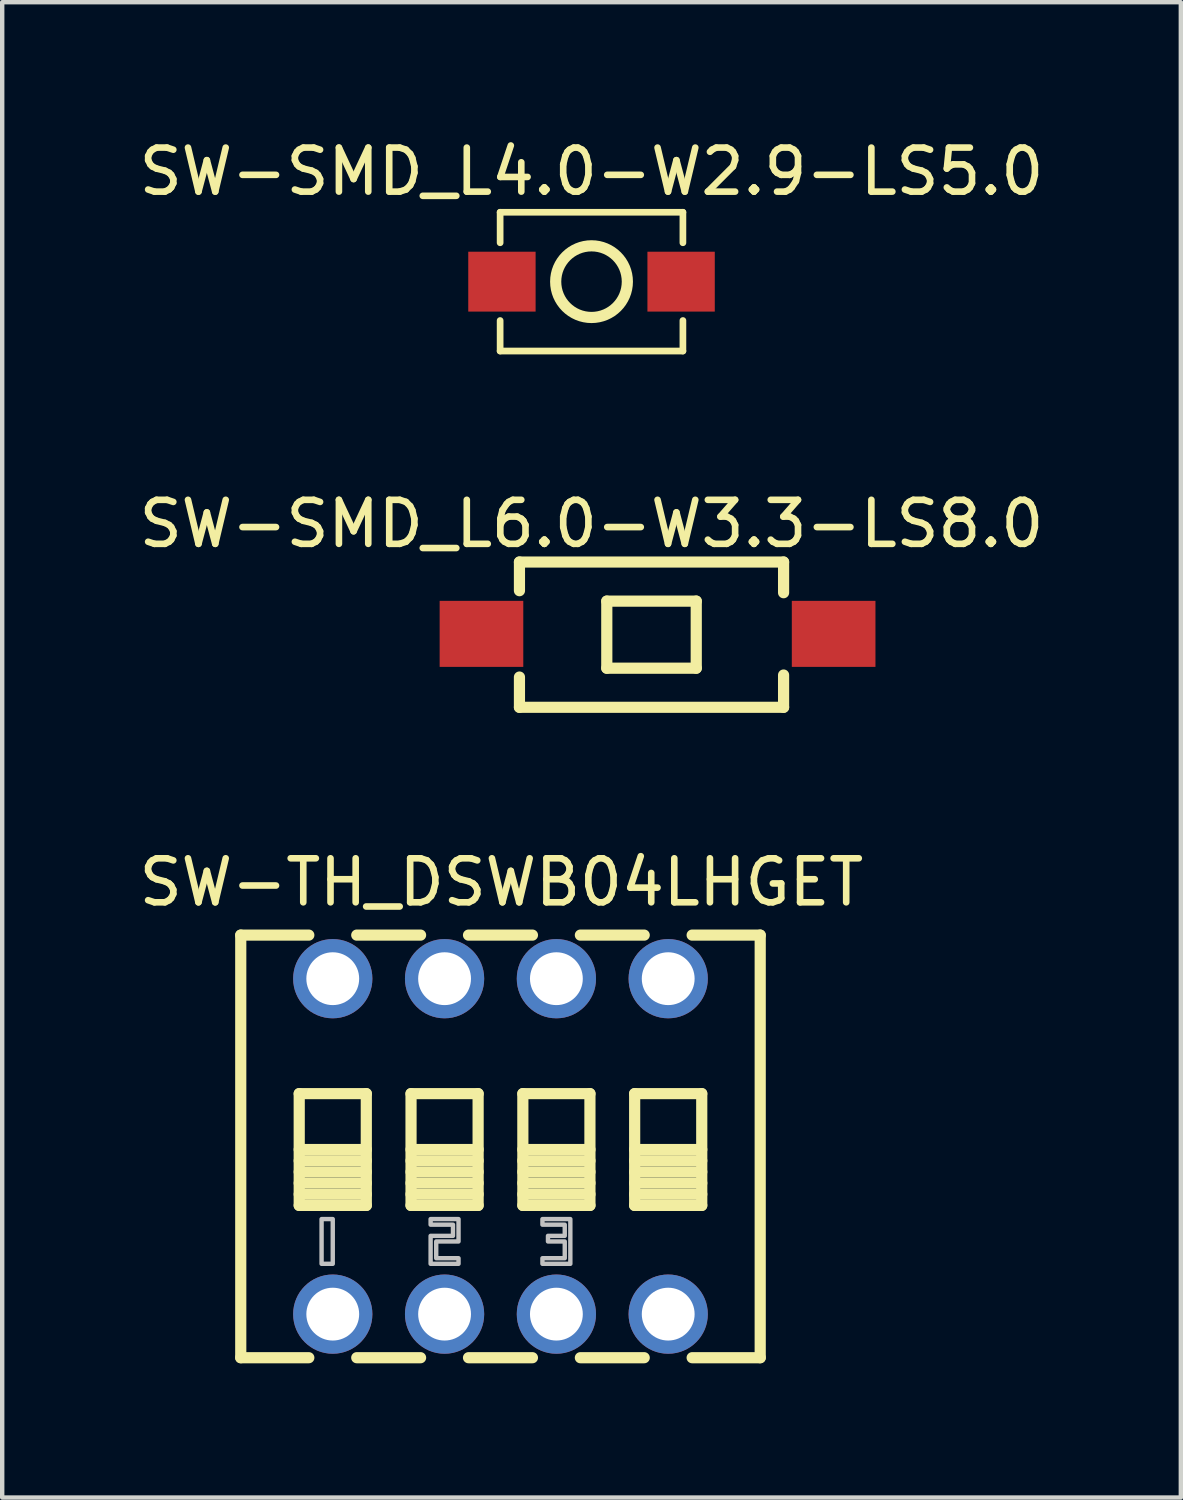
<source format=kicad_pcb>
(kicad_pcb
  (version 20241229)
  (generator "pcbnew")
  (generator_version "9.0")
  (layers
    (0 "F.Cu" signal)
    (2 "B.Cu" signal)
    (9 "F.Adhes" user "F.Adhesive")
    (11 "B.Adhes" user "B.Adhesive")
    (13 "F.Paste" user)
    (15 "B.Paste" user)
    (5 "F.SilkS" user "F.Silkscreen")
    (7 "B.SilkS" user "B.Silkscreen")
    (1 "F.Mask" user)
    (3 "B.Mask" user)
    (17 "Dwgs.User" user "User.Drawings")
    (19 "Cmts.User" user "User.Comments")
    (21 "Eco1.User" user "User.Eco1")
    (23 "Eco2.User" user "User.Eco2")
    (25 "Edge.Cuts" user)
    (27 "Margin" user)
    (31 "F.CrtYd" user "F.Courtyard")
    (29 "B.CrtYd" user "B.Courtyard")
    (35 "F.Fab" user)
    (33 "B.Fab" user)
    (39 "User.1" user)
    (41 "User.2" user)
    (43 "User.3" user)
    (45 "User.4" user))
  (footprint "SW-SMD_L4.0-W2.9-LS5.0"
    (layer "F.Cu")
    (at 10.387 3.348)
    (property "Reference" "SW-SMD_L4.0-W2.9-LS5.0" (at 0 -2.5 0) (layer "F.SilkS") (effects (font (size 1 1) (thickness 0.15))))
    (fp_line (start -2.076 -1.576) (end -2.076 -0.883) (stroke (width 0.152) (type default)) (layer "F.SilkS"))
    (fp_line (start -2.076 1.576) (end -2.076 0.883) (stroke (width 0.152) (type default)) (layer "F.SilkS"))
    (fp_line (start 2.076 -1.576) (end -2.076 -1.576) (stroke (width 0.152) (type default)) (layer "F.SilkS"))
    (fp_line (start 2.076 -1.576) (end 2.076 -0.883) (stroke (width 0.152) (type default)) (layer "F.SilkS"))
    (fp_line (start 2.076 1.576) (end -2.076 1.576) (stroke (width 0.152) (type default)) (layer "F.SilkS"))
    (fp_line (start 2.076 1.576) (end 2.076 0.883) (stroke (width 0.152) (type default)) (layer "F.SilkS"))
    (fp_circle (center 0 0) (end 0.814 0) (stroke (width 0.254) (type default)) (fill no) (layer "F.SilkS"))
    (fp_poly (pts (xy -2.5 -0.65) (xy -2.5 0.65) (xy -1.3 0.65) (xy -1.3 -0.65)) (stroke (width 0.1) (type default)) (fill no) (layer "User.1"))
    (fp_poly (pts (xy 2.5 -0.65) (xy 2.5 0.65) (xy 1.3 0.65) (xy 1.3 -0.65)) (stroke (width 0.1) (type default)) (fill no) (layer "User.1"))
    (fp_line (start -2 -1.45) (end 2 -1.45) (stroke (width 0.051) (type default)) (layer "User.2"))
    (fp_line (start -2 1.45) (end -2 -1.45) (stroke (width 0.051) (type default)) (layer "User.2"))
    (fp_line (start 2 -1.45) (end 2 1.45) (stroke (width 0.051) (type default)) (layer "User.2"))
    (fp_line (start 2 1.45) (end -2 1.45) (stroke (width 0.051) (type default)) (layer "User.2"))
    (fp_poly (pts (xy -2.44 1.45) (xy -2.458 1.408) (xy -2.5 1.39) (xy -2.542 1.408) (xy -2.56 1.45) (xy -2.542 1.492) (xy -2.5 1.51) (xy -2.458 1.492)) (stroke (width 0.1) (type default)) (fill no) (layer "User.3"))
    (pad "1" smd rect (at -2.035 0) (size 1.53 1.36) (layers "F.Cu" "F.Mask" "F.Paste"))
    (pad "2" smd rect (at 2.035 0) (size 1.53 1.36) (layers "F.Cu" "F.Mask" "F.Paste")))
  (footprint "SW-TH_DSWB04LHGET"
    (layer "F.Cu")
    (at 8.319 22.992)
    (property "Reference" "SW-TH_DSWB04LHGET" (at 0.02 -6 0) (layer "F.SilkS") (effects (font (size 1 1) (thickness 0.15))))
    (fp_line (start -5.9 -4.8) (end -4.354 -4.8) (stroke (width 0.254) (type default)) (layer "F.SilkS"))
    (fp_line (start -5.9 4.8) (end -5.9 -4.8) (stroke (width 0.254) (type default)) (layer "F.SilkS"))
    (fp_line (start -5.9 4.8) (end -4.354 4.8) (stroke (width 0.254) (type default)) (layer "F.SilkS"))
    (fp_line (start -4.572 -1.199) (end -3.048 -1.199) (stroke (width 0.254) (type default)) (layer "F.SilkS"))
    (fp_line (start -4.572 0.071) (end -3.048 0.071) (stroke (width 0.254) (type default)) (layer "F.SilkS"))
    (fp_line (start -4.572 0.325) (end -3.048 0.325) (stroke (width 0.254) (type default)) (layer "F.SilkS"))
    (fp_line (start -4.572 0.579) (end -3.048 0.579) (stroke (width 0.254) (type default)) (layer "F.SilkS"))
    (fp_line (start -4.572 0.833) (end -3.048 0.833) (stroke (width 0.254) (type default)) (layer "F.SilkS"))
    (fp_line (start -4.572 1.087) (end -3.048 1.087) (stroke (width 0.254) (type default)) (layer "F.SilkS"))
    (fp_line (start -4.572 1.341) (end -4.572 -1.199) (stroke (width 0.254) (type default)) (layer "F.SilkS"))
    (fp_line (start -3.265 -4.8) (end -1.815 -4.8) (stroke (width 0.254) (type default)) (layer "F.SilkS"))
    (fp_line (start -3.265 4.8) (end -1.815 4.8) (stroke (width 0.254) (type default)) (layer "F.SilkS"))
    (fp_line (start -3.048 -1.199) (end -3.048 1.341) (stroke (width 0.254) (type default)) (layer "F.SilkS"))
    (fp_line (start -3.048 1.341) (end -4.572 1.341) (stroke (width 0.254) (type default)) (layer "F.SilkS"))
    (fp_line (start -2.032 -1.199) (end -0.508 -1.199) (stroke (width 0.254) (type default)) (layer "F.SilkS"))
    (fp_line (start -2.032 0.071) (end -0.508 0.071) (stroke (width 0.254) (type default)) (layer "F.SilkS"))
    (fp_line (start -2.032 0.325) (end -0.508 0.325) (stroke (width 0.254) (type default)) (layer "F.SilkS"))
    (fp_line (start -2.032 0.579) (end -0.508 0.579) (stroke (width 0.254) (type default)) (layer "F.SilkS"))
    (fp_line (start -2.032 0.833) (end -0.508 0.833) (stroke (width 0.254) (type default)) (layer "F.SilkS"))
    (fp_line (start -2.032 1.087) (end -0.508 1.087) (stroke (width 0.254) (type default)) (layer "F.SilkS"))
    (fp_line (start -2.032 1.341) (end -2.032 -1.199) (stroke (width 0.254) (type default)) (layer "F.SilkS"))
    (fp_line (start -0.726 -4.8) (end 0.726 -4.8) (stroke (width 0.254) (type default)) (layer "F.SilkS"))
    (fp_line (start -0.726 4.8) (end 0.726 4.8) (stroke (width 0.254) (type default)) (layer "F.SilkS"))
    (fp_line (start -0.508 -1.199) (end -0.508 1.341) (stroke (width 0.254) (type default)) (layer "F.SilkS"))
    (fp_line (start -0.508 1.341) (end -2.032 1.341) (stroke (width 0.254) (type default)) (layer "F.SilkS"))
    (fp_line (start 0.508 -1.199) (end 2.032 -1.199) (stroke (width 0.254) (type default)) (layer "F.SilkS"))
    (fp_line (start 0.508 0.071) (end 2.032 0.071) (stroke (width 0.254) (type default)) (layer "F.SilkS"))
    (fp_line (start 0.508 0.325) (end 2.032 0.325) (stroke (width 0.254) (type default)) (layer "F.SilkS"))
    (fp_line (start 0.508 0.579) (end 2.032 0.579) (stroke (width 0.254) (type default)) (layer "F.SilkS"))
    (fp_line (start 0.508 0.833) (end 2.032 0.833) (stroke (width 0.254) (type default)) (layer "F.SilkS"))
    (fp_line (start 0.508 1.087) (end 2.032 1.087) (stroke (width 0.254) (type default)) (layer "F.SilkS"))
    (fp_line (start 0.508 1.341) (end 0.508 -1.199) (stroke (width 0.254) (type default)) (layer "F.SilkS"))
    (fp_line (start 1.815 -4.8) (end 3.265 -4.8) (stroke (width 0.254) (type default)) (layer "F.SilkS"))
    (fp_line (start 1.815 4.8) (end 3.265 4.8) (stroke (width 0.254) (type default)) (layer "F.SilkS"))
    (fp_line (start 2.032 -1.199) (end 2.032 1.341) (stroke (width 0.254) (type default)) (layer "F.SilkS"))
    (fp_line (start 2.032 1.341) (end 0.508 1.341) (stroke (width 0.254) (type default)) (layer "F.SilkS"))
    (fp_line (start 3.048 -1.199) (end 4.572 -1.199) (stroke (width 0.254) (type default)) (layer "F.SilkS"))
    (fp_line (start 3.048 0.071) (end 4.572 0.071) (stroke (width 0.254) (type default)) (layer "F.SilkS"))
    (fp_line (start 3.048 0.325) (end 4.572 0.325) (stroke (width 0.254) (type default)) (layer "F.SilkS"))
    (fp_line (start 3.048 0.579) (end 4.572 0.579) (stroke (width 0.254) (type default)) (layer "F.SilkS"))
    (fp_line (start 3.048 0.833) (end 4.572 0.833) (stroke (width 0.254) (type default)) (layer "F.SilkS"))
    (fp_line (start 3.048 1.087) (end 4.572 1.087) (stroke (width 0.254) (type default)) (layer "F.SilkS"))
    (fp_line (start 3.048 1.341) (end 3.048 -1.199) (stroke (width 0.254) (type default)) (layer "F.SilkS"))
    (fp_line (start 4.354 -4.8) (end 5.9 -4.8) (stroke (width 0.254) (type default)) (layer "F.SilkS"))
    (fp_line (start 4.354 4.8) (end 5.9 4.8) (stroke (width 0.254) (type default)) (layer "F.SilkS"))
    (fp_line (start 4.572 -1.199) (end 4.572 1.341) (stroke (width 0.254) (type default)) (layer "F.SilkS"))
    (fp_line (start 4.572 1.341) (end 3.048 1.341) (stroke (width 0.254) (type default)) (layer "F.SilkS"))
    (fp_line (start 5.9 -4.8) (end 5.9 4.8) (stroke (width 0.254) (type default)) (layer "F.SilkS"))
    (fp_poly (pts (xy -4.064 1.651) (xy -4.064 2.667) (xy -3.81 2.667) (xy -3.81 1.651)) (stroke (width 0.1) (type default)) (fill no) (layer "Dwgs.User"))
    (fp_poly (pts (xy -1.46 1.651) (xy -0.953 1.651) (xy -0.953 2.159) (xy -1.46 2.159) (xy -1.46 2.54) (xy -0.953 2.54) (xy -0.953 2.667) (xy -1.587 2.667) (xy -1.587 2.032) (xy -1.079 2.032) (xy -1.079 1.778) (xy -1.587 1.778) (xy -1.587 1.651)) (stroke (width 0.1) (type default)) (fill no) (layer "Dwgs.User"))
    (fp_poly (pts (xy 1.079 1.651) (xy 1.587 1.651) (xy 1.587 2.667) (xy 1.079 2.667) (xy 0.953 2.667) (xy 0.953 2.54) (xy 1.46 2.54) (xy 1.46 2.159) (xy 1.079 2.159) (xy 1.079 2.032) (xy 1.46 2.032) (xy 1.46 1.778) (xy 0.953 1.778) (xy 0.953 1.651)) (stroke (width 0.1) (type default)) (fill no) (layer "Dwgs.User"))
    (fp_poly (pts (xy -4.11 -3.66) (xy -4.11 -3.96) (xy -3.51 -3.96) (xy -3.51 -3.66)) (stroke (width 0.1) (type default)) (fill no) (layer "User.1"))
    (fp_poly (pts (xy -4.11 3.96) (xy -4.11 3.66) (xy -3.51 3.66) (xy -3.51 3.96)) (stroke (width 0.1) (type default)) (fill no) (layer "User.1"))
    (fp_poly (pts (xy -1.57 -3.66) (xy -1.57 -3.96) (xy -0.97 -3.96) (xy -0.97 -3.66)) (stroke (width 0.1) (type default)) (fill no) (layer "User.1"))
    (fp_poly (pts (xy -1.57 3.96) (xy -1.57 3.66) (xy -0.97 3.66) (xy -0.97 3.96)) (stroke (width 0.1) (type default)) (fill no) (layer "User.1"))
    (fp_poly (pts (xy 0.97 -3.66) (xy 0.97 -3.96) (xy 1.57 -3.96) (xy 1.57 -3.66)) (stroke (width 0.1) (type default)) (fill no) (layer "User.1"))
    (fp_poly (pts (xy 0.97 3.96) (xy 0.97 3.66) (xy 1.57 3.66) (xy 1.57 3.96)) (stroke (width 0.1) (type default)) (fill no) (layer "User.1"))
    (fp_poly (pts (xy 3.51 -3.66) (xy 3.51 -3.96) (xy 4.11 -3.96) (xy 4.11 -3.66)) (stroke (width 0.1) (type default)) (fill no) (layer "User.1"))
    (fp_poly (pts (xy 3.51 3.96) (xy 3.51 3.66) (xy 4.11 3.66) (xy 4.11 3.96)) (stroke (width 0.1) (type default)) (fill no) (layer "User.1"))
    (fp_line (start -5.79 -4.95) (end 5.79 -4.95) (stroke (width 0.051) (type default)) (layer "User.2"))
    (fp_line (start -5.79 4.95) (end -5.79 -4.95) (stroke (width 0.051) (type default)) (layer "User.2"))
    (fp_line (start 5.79 -4.95) (end 5.79 4.95) (stroke (width 0.051) (type default)) (layer "User.2"))
    (fp_line (start 5.79 4.95) (end -5.79 4.95) (stroke (width 0.051) (type default)) (layer "User.2"))
    (fp_poly (pts (xy -5.73 -4.95) (xy -5.748 -4.992) (xy -5.79 -5.01) (xy -5.832 -4.992) (xy -5.85 -4.95) (xy -5.832 -4.908) (xy -5.79 -4.89) (xy -5.748 -4.908)) (stroke (width 0.1) (type default)) (fill no) (layer "User.3"))
    (pad "1" thru_hole circle (at -3.81 -3.81) (size 1.8 1.8) (drill 1.2) (layers "*.Cu" "*.Mask"))
    (pad "2" thru_hole circle (at -1.27 -3.81) (size 1.8 1.8) (drill 1.2) (layers "*.Cu" "*.Mask"))
    (pad "3" thru_hole circle (at 1.27 -3.81) (size 1.8 1.8) (drill 1.2) (layers "*.Cu" "*.Mask"))
    (pad "4" thru_hole circle (at 3.81 -3.81) (size 1.8 1.8) (drill 1.2) (layers "*.Cu" "*.Mask"))
    (pad "5" thru_hole circle (at -3.81 3.81) (size 1.8 1.8) (drill 1.2) (layers "*.Cu" "*.Mask"))
    (pad "6" thru_hole circle (at -1.27 3.81) (size 1.8 1.8) (drill 1.2) (layers "*.Cu" "*.Mask"))
    (pad "7" thru_hole circle (at 1.27 3.81) (size 1.8 1.8) (drill 1.2) (layers "*.Cu" "*.Mask"))
    (pad "8" thru_hole circle (at 3.81 3.81) (size 1.8 1.8) (drill 1.2) (layers "*.Cu" "*.Mask")))
  (footprint "SW-SMD_L6.0-W3.3-LS8.0"
    (layer "F.Cu")
    (at 11.887 11.349)
    (property "Reference" "SW-SMD_L6.0-W3.3-LS8.0" (at -1.5 -2.5 0) (layer "F.SilkS") (effects (font (size 1 1) (thickness 0.15))))
    (fp_line (start -3.137 -1.632) (end -3.137 -0.981) (stroke (width 0.254) (type default)) (layer "F.SilkS"))
    (fp_line (start -3.137 -1.632) (end 2.863 -1.632) (stroke (width 0.254) (type default)) (layer "F.SilkS"))
    (fp_line (start -3.137 0.981) (end -3.137 1.668) (stroke (width 0.254) (type default)) (layer "F.SilkS"))
    (fp_line (start -1.153 -0.744) (end 0.879 -0.744) (stroke (width 0.254) (type default)) (layer "F.SilkS"))
    (fp_line (start -1.153 0.78) (end -1.153 -0.744) (stroke (width 0.254) (type default)) (layer "F.SilkS"))
    (fp_line (start 0.879 -0.744) (end 0.879 0.78) (stroke (width 0.254) (type default)) (layer "F.SilkS"))
    (fp_line (start 0.879 0.78) (end -1.153 0.78) (stroke (width 0.254) (type default)) (layer "F.SilkS"))
    (fp_line (start 2.863 -0.935) (end 2.863 -1.632) (stroke (width 0.254) (type default)) (layer "F.SilkS"))
    (fp_line (start 2.863 1.668) (end -3.137 1.668) (stroke (width 0.254) (type default)) (layer "F.SilkS"))
    (fp_line (start 2.863 1.668) (end 2.863 0.935) (stroke (width 0.254) (type default)) (layer "F.SilkS"))
    (fp_poly (pts (xy -3.999 0.45) (xy -3.999 -0.45) (xy -3.299 -0.45) (xy -3.299 0.45)) (stroke (width 0.1) (type default)) (fill no) (layer "User.1"))
    (fp_poly (pts (xy -3.62 0.45) (xy -3.62 -0.45) (xy -2.99 -0.45) (xy -2.99 0.45)) (stroke (width 0.1) (type default)) (fill no) (layer "User.1"))
    (fp_poly (pts (xy 3.3 0.45) (xy 3.3 -0.45) (xy 4 -0.45) (xy 4 0.45)) (stroke (width 0.1) (type default)) (fill no) (layer "User.1"))
    (fp_poly (pts (xy 3.62 -0.45) (xy 3.62 0.45) (xy 2.99 0.45) (xy 2.99 -0.45)) (stroke (width 0.1) (type default)) (fill no) (layer "User.1"))
    (fp_line (start -3 -1.65) (end 3 -1.65) (stroke (width 0.051) (type default)) (layer "User.2"))
    (fp_line (start -3 1.65) (end -3 -1.65) (stroke (width 0.051) (type default)) (layer "User.2"))
    (fp_line (start 3 -1.65) (end 3 1.65) (stroke (width 0.051) (type default)) (layer "User.2"))
    (fp_line (start 3 1.65) (end -3 1.65) (stroke (width 0.051) (type default)) (layer "User.2"))
    (fp_poly (pts (xy -3.939 1.65) (xy -3.957 1.608) (xy -3.999 1.59) (xy -4.042 1.608) (xy -4.059 1.65) (xy -4.042 1.692) (xy -3.999 1.71) (xy -3.957 1.692)) (stroke (width 0.1) (type default)) (fill no) (layer "User.3"))
    (pad "1" smd rect (at -4 0) (size 1.9 1.5) (layers "F.Cu" "F.Mask" "F.Paste"))
    (pad "2" smd rect (at 4 0) (size 1.9 1.5) (layers "F.Cu" "F.Mask" "F.Paste")))
  (gr_rect
    (start -3 -3)
    (end 23.774 30.968)
    (stroke (width 0.1) (type default))
    (fill no)
    (layer "Edge.Cuts")))
</source>
